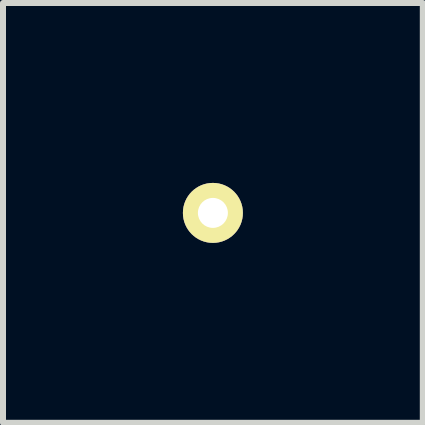
<source format=kicad_pcb>
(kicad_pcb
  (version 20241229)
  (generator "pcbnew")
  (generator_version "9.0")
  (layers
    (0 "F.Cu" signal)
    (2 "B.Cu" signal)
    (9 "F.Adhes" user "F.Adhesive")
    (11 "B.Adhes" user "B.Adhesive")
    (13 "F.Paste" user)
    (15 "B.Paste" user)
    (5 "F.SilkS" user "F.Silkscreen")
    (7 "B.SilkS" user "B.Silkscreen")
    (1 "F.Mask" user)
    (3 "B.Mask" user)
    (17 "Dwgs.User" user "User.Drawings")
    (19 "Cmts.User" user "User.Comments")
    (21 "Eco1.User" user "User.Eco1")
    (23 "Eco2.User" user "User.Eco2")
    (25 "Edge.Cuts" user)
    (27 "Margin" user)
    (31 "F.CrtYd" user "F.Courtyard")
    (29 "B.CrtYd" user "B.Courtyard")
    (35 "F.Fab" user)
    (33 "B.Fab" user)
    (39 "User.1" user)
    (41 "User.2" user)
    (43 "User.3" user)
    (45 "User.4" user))
  (footprint "via_1mm"
    (layer "F.Cu")
    (at 0.5 0.5)
    (property "Reference" "via_1mm" (at 0 0 0) (layer "F.SilkS") (effects (font (size 0.127 0.127) (thickness 0.003))))
    (attr through_hole)
    (pad "1" thru_hole circle (at 0 0) (size 1 1) (drill 0.5) (layers "*.Cu" "*.Mask" "F.SilkS")))
  (gr_rect
    (start -3 -3)
    (end 4 4)
    (stroke (width 0.1) (type default))
    (fill no)
    (layer "Edge.Cuts")))
</source>
